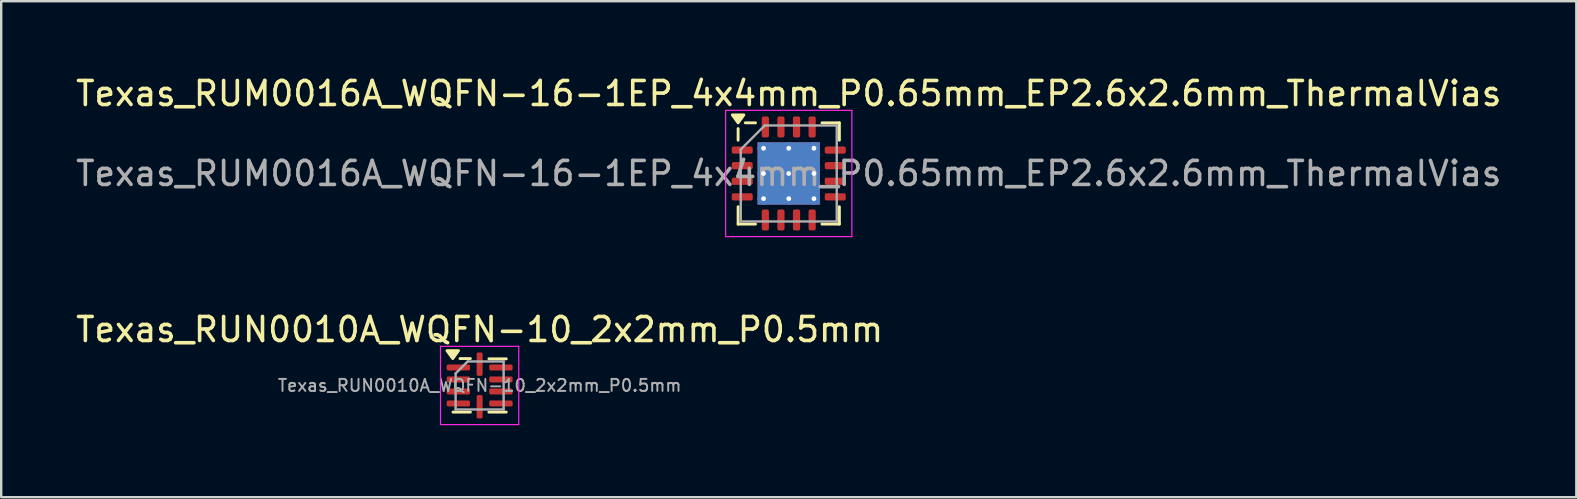
<source format=kicad_pcb>
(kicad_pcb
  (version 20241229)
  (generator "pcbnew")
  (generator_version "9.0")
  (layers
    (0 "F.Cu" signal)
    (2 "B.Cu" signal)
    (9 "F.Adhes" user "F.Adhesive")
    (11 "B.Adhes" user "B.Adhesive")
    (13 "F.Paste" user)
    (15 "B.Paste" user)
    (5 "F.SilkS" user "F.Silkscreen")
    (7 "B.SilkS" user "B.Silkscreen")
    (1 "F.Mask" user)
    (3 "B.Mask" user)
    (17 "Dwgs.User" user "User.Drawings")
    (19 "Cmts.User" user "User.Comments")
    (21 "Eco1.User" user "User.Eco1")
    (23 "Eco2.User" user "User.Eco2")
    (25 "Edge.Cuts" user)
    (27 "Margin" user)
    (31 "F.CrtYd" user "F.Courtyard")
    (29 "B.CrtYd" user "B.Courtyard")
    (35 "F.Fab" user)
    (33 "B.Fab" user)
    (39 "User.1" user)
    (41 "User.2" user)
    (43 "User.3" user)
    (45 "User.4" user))
  (footprint "Texas_RUM0016A_WQFN-16-1EP_4x4mm_P0.65mm_EP2.6x2.6mm_ThermalVias"
    (layer "F.Cu")
    (at 29.815 4.178)
    (property "Reference" "Texas_RUM0016A_WQFN-16-1EP_4x4mm_P0.65mm_EP2.6x2.6mm_ThermalVias" (at 0 -3.33 0) (layer "F.SilkS") (effects (font (size 1 1) (thickness 0.15))))
    (attr smd)
    (fp_line (start -2.11 -1.385) (end -2.11 -1.87) (stroke (width 0.12) (type solid)) (layer "F.SilkS"))
    (fp_line (start -2.11 2.11) (end -2.11 1.385) (stroke (width 0.12) (type solid)) (layer "F.SilkS"))
    (fp_line (start -1.385 -2.11) (end -1.81 -2.11) (stroke (width 0.12) (type solid)) (layer "F.SilkS"))
    (fp_line (start -1.385 2.11) (end -2.11 2.11) (stroke (width 0.12) (type solid)) (layer "F.SilkS"))
    (fp_line (start 1.385 -2.11) (end 2.11 -2.11) (stroke (width 0.12) (type solid)) (layer "F.SilkS"))
    (fp_line (start 1.385 2.11) (end 2.11 2.11) (stroke (width 0.12) (type solid)) (layer "F.SilkS"))
    (fp_line (start 2.11 -2.11) (end 2.11 -1.385) (stroke (width 0.12) (type solid)) (layer "F.SilkS"))
    (fp_line (start 2.11 2.11) (end 2.11 1.385) (stroke (width 0.12) (type solid)) (layer "F.SilkS"))
    (fp_poly (pts (xy -2.11 -2.11) (xy -2.35 -2.44) (xy -1.87 -2.44) (xy -2.11 -2.11)) (stroke (width 0.12) (type solid)) (fill yes) (layer "F.SilkS"))
    (fp_line (start -2.63 -2.63) (end -2.63 2.63) (stroke (width 0.05) (type solid)) (layer "F.CrtYd"))
    (fp_line (start -2.63 2.63) (end 2.63 2.63) (stroke (width 0.05) (type solid)) (layer "F.CrtYd"))
    (fp_line (start 2.63 -2.63) (end -2.63 -2.63) (stroke (width 0.05) (type solid)) (layer "F.CrtYd"))
    (fp_line (start 2.63 2.63) (end 2.63 -2.63) (stroke (width 0.05) (type solid)) (layer "F.CrtYd"))
    (fp_line (start -2 -1) (end -1 -2) (stroke (width 0.1) (type solid)) (layer "F.Fab"))
    (fp_line (start -2 2) (end -2 -1) (stroke (width 0.1) (type solid)) (layer "F.Fab"))
    (fp_line (start -1 -2) (end 2 -2) (stroke (width 0.1) (type solid)) (layer "F.Fab"))
    (fp_line (start 2 -2) (end 2 2) (stroke (width 0.1) (type solid)) (layer "F.Fab"))
    (fp_line (start 2 2) (end -2 2) (stroke (width 0.1) (type solid)) (layer "F.Fab"))
    (fp_text user "${REFERENCE}" (at 0 0 0) (layer "F.Fab") (effects (font (size 1 1) (thickness 0.15))))
    (pad "" smd roundrect (at -0.65 -0.65) (size 1.09 1.09) (layers "F.Paste") (roundrect_rratio 0.229))
    (pad "" smd roundrect (at -0.65 0.65) (size 1.09 1.09) (layers "F.Paste") (roundrect_rratio 0.229))
    (pad "" smd roundrect (at 0.65 -0.65) (size 1.09 1.09) (layers "F.Paste") (roundrect_rratio 0.229))
    (pad "" smd roundrect (at 0.65 0.65) (size 1.09 1.09) (layers "F.Paste") (roundrect_rratio 0.229))
    (pad "1" smd roundrect (at -1.938 -0.975) (size 0.875 0.3) (layers "F.Cu" "F.Mask" "F.Paste") (roundrect_rratio 0.25))
    (pad "2" smd roundrect (at -1.938 -0.325) (size 0.875 0.3) (layers "F.Cu" "F.Mask" "F.Paste") (roundrect_rratio 0.25))
    (pad "3" smd roundrect (at -1.938 0.325) (size 0.875 0.3) (layers "F.Cu" "F.Mask" "F.Paste") (roundrect_rratio 0.25))
    (pad "4" smd roundrect (at -1.938 0.975) (size 0.875 0.3) (layers "F.Cu" "F.Mask" "F.Paste") (roundrect_rratio 0.25))
    (pad "5" smd roundrect (at -0.975 1.938) (size 0.3 0.875) (layers "F.Cu" "F.Mask" "F.Paste") (roundrect_rratio 0.25))
    (pad "6" smd roundrect (at -0.325 1.938) (size 0.3 0.875) (layers "F.Cu" "F.Mask" "F.Paste") (roundrect_rratio 0.25))
    (pad "7" smd roundrect (at 0.325 1.938) (size 0.3 0.875) (layers "F.Cu" "F.Mask" "F.Paste") (roundrect_rratio 0.25))
    (pad "8" smd roundrect (at 0.975 1.938) (size 0.3 0.875) (layers "F.Cu" "F.Mask" "F.Paste") (roundrect_rratio 0.25))
    (pad "9" smd roundrect (at 1.938 0.975) (size 0.875 0.3) (layers "F.Cu" "F.Mask" "F.Paste") (roundrect_rratio 0.25))
    (pad "10" smd roundrect (at 1.938 0.325) (size 0.875 0.3) (layers "F.Cu" "F.Mask" "F.Paste") (roundrect_rratio 0.25))
    (pad "11" smd roundrect (at 1.938 -0.325) (size 0.875 0.3) (layers "F.Cu" "F.Mask" "F.Paste") (roundrect_rratio 0.25))
    (pad "12" smd roundrect (at 1.938 -0.975) (size 0.875 0.3) (layers "F.Cu" "F.Mask" "F.Paste") (roundrect_rratio 0.25))
    (pad "13" smd roundrect (at 0.975 -1.938) (size 0.3 0.875) (layers "F.Cu" "F.Mask" "F.Paste") (roundrect_rratio 0.25))
    (pad "14" smd roundrect (at 0.325 -1.938) (size 0.3 0.875) (layers "F.Cu" "F.Mask" "F.Paste") (roundrect_rratio 0.25))
    (pad "15" smd roundrect (at -0.325 -1.938) (size 0.3 0.875) (layers "F.Cu" "F.Mask" "F.Paste") (roundrect_rratio 0.25))
    (pad "16" smd roundrect (at -0.975 -1.938) (size 0.3 0.875) (layers "F.Cu" "F.Mask" "F.Paste") (roundrect_rratio 0.25))
    (pad "17" thru_hole circle (at -1.05 -1.05) (size 0.5 0.5) (drill 0.2) (property pad_prop_heatsink) (layers "*.Cu"))
    (pad "17" thru_hole circle (at -1.05 0) (size 0.5 0.5) (drill 0.2) (property pad_prop_heatsink) (layers "*.Cu"))
    (pad "17" thru_hole circle (at -1.05 1.05) (size 0.5 0.5) (drill 0.2) (property pad_prop_heatsink) (layers "*.Cu"))
    (pad "17" thru_hole circle (at 0 -1.05) (size 0.5 0.5) (drill 0.2) (property pad_prop_heatsink) (layers "*.Cu"))
    (pad "17" thru_hole circle (at 0 0) (size 0.5 0.5) (drill 0.2) (property pad_prop_heatsink) (layers "*.Cu"))
    (pad "17" smd rect (at 0 0) (size 2.6 2.6) (property pad_prop_heatsink) (layers "F.Cu" "F.Mask"))
    (pad "17" smd rect (at 0 0) (size 2.6 2.6) (property pad_prop_heatsink) (layers "B.Cu"))
    (pad "17" thru_hole circle (at 0 1.05) (size 0.5 0.5) (drill 0.2) (property pad_prop_heatsink) (layers "*.Cu"))
    (pad "17" thru_hole circle (at 1.05 -1.05) (size 0.5 0.5) (drill 0.2) (property pad_prop_heatsink) (layers "*.Cu"))
    (pad "17" thru_hole circle (at 1.05 0) (size 0.5 0.5) (drill 0.2) (property pad_prop_heatsink) (layers "*.Cu"))
    (pad "17" thru_hole circle (at 1.05 1.05) (size 0.5 0.5) (drill 0.2) (property pad_prop_heatsink) (layers "*.Cu")))
  (footprint "Texas_RUN0010A_WQFN-10_2x2mm_P0.5mm"
    (layer "F.Cu")
    (at 16.935 13.011)
    (property "Reference" "Texas_RUN0010A_WQFN-10_2x2mm_P0.5mm" (at 0 -2.33 0) (layer "F.SilkS") (effects (font (size 1 1) (thickness 0.15))))
    (attr smd)
    (fp_line (start -0.385 -1.12) (end -0.82 -1.12) (stroke (width 0.12) (type solid)) (layer "F.SilkS"))
    (fp_line (start -0.385 1.11) (end -1.11 1.11) (stroke (width 0.12) (type solid)) (layer "F.SilkS"))
    (fp_line (start 0.385 -1.11) (end 1.11 -1.11) (stroke (width 0.12) (type solid)) (layer "F.SilkS"))
    (fp_line (start 0.385 1.11) (end 1.11 1.11) (stroke (width 0.12) (type solid)) (layer "F.SilkS"))
    (fp_poly (pts (xy -1.12 -1.12) (xy -1.36 -1.45) (xy -0.88 -1.45) (xy -1.12 -1.12)) (stroke (width 0.12) (type solid)) (fill yes) (layer "F.SilkS"))
    (fp_line (start -1.63 -1.63) (end -1.63 1.63) (stroke (width 0.05) (type solid)) (layer "F.CrtYd"))
    (fp_line (start -1.63 1.63) (end 1.63 1.63) (stroke (width 0.05) (type solid)) (layer "F.CrtYd"))
    (fp_line (start 1.63 -1.63) (end -1.63 -1.63) (stroke (width 0.05) (type solid)) (layer "F.CrtYd"))
    (fp_line (start 1.63 1.63) (end 1.63 -1.63) (stroke (width 0.05) (type solid)) (layer "F.CrtYd"))
    (fp_line (start -1 -0.5) (end -0.5 -1) (stroke (width 0.1) (type solid)) (layer "F.Fab"))
    (fp_line (start -1 1) (end -1 -0.5) (stroke (width 0.1) (type solid)) (layer "F.Fab"))
    (fp_line (start -0.5 -1) (end 1 -1) (stroke (width 0.1) (type solid)) (layer "F.Fab"))
    (fp_line (start 1 -1) (end 1 1) (stroke (width 0.1) (type solid)) (layer "F.Fab"))
    (fp_line (start 1 1) (end -1 1) (stroke (width 0.1) (type solid)) (layer "F.Fab"))
    (fp_text user "${REFERENCE}" (at 0 0 0) (layer "F.Fab") (effects (font (size 0.5 0.5) (thickness 0.08))))
    (pad "1" smd roundrect (at -0.887 -0.75) (size 0.975 0.25) (layers "F.Cu" "F.Mask" "F.Paste") (roundrect_rratio 0.25))
    (pad "2" smd roundrect (at -0.887 -0.25) (size 0.975 0.25) (layers "F.Cu" "F.Mask" "F.Paste") (roundrect_rratio 0.25))
    (pad "3" smd roundrect (at -0.887 0.25) (size 0.975 0.25) (layers "F.Cu" "F.Mask" "F.Paste") (roundrect_rratio 0.25))
    (pad "4" smd roundrect (at -0.887 0.75) (size 0.975 0.25) (layers "F.Cu" "F.Mask" "F.Paste") (roundrect_rratio 0.25))
    (pad "5" smd roundrect (at 0 0.887) (size 0.25 0.975) (layers "F.Cu" "F.Mask" "F.Paste") (roundrect_rratio 0.25))
    (pad "6" smd roundrect (at 0.887 0.75) (size 0.975 0.25) (layers "F.Cu" "F.Mask" "F.Paste") (roundrect_rratio 0.25))
    (pad "7" smd roundrect (at 0.887 0.25) (size 0.975 0.25) (layers "F.Cu" "F.Mask" "F.Paste") (roundrect_rratio 0.25))
    (pad "8" smd roundrect (at 0.887 -0.25) (size 0.975 0.25) (layers "F.Cu" "F.Mask" "F.Paste") (roundrect_rratio 0.25))
    (pad "9" smd roundrect (at 0.887 -0.75) (size 0.975 0.25) (layers "F.Cu" "F.Mask" "F.Paste") (roundrect_rratio 0.25))
    (pad "10" smd roundrect (at 0 -0.887) (size 0.25 0.975) (layers "F.Cu" "F.Mask" "F.Paste") (roundrect_rratio 0.25)))
  (gr_rect
    (start -3 -3)
    (end 62.631 17.666)
    (stroke (width 0.1) (type default))
    (fill no)
    (layer "Edge.Cuts")))
</source>
